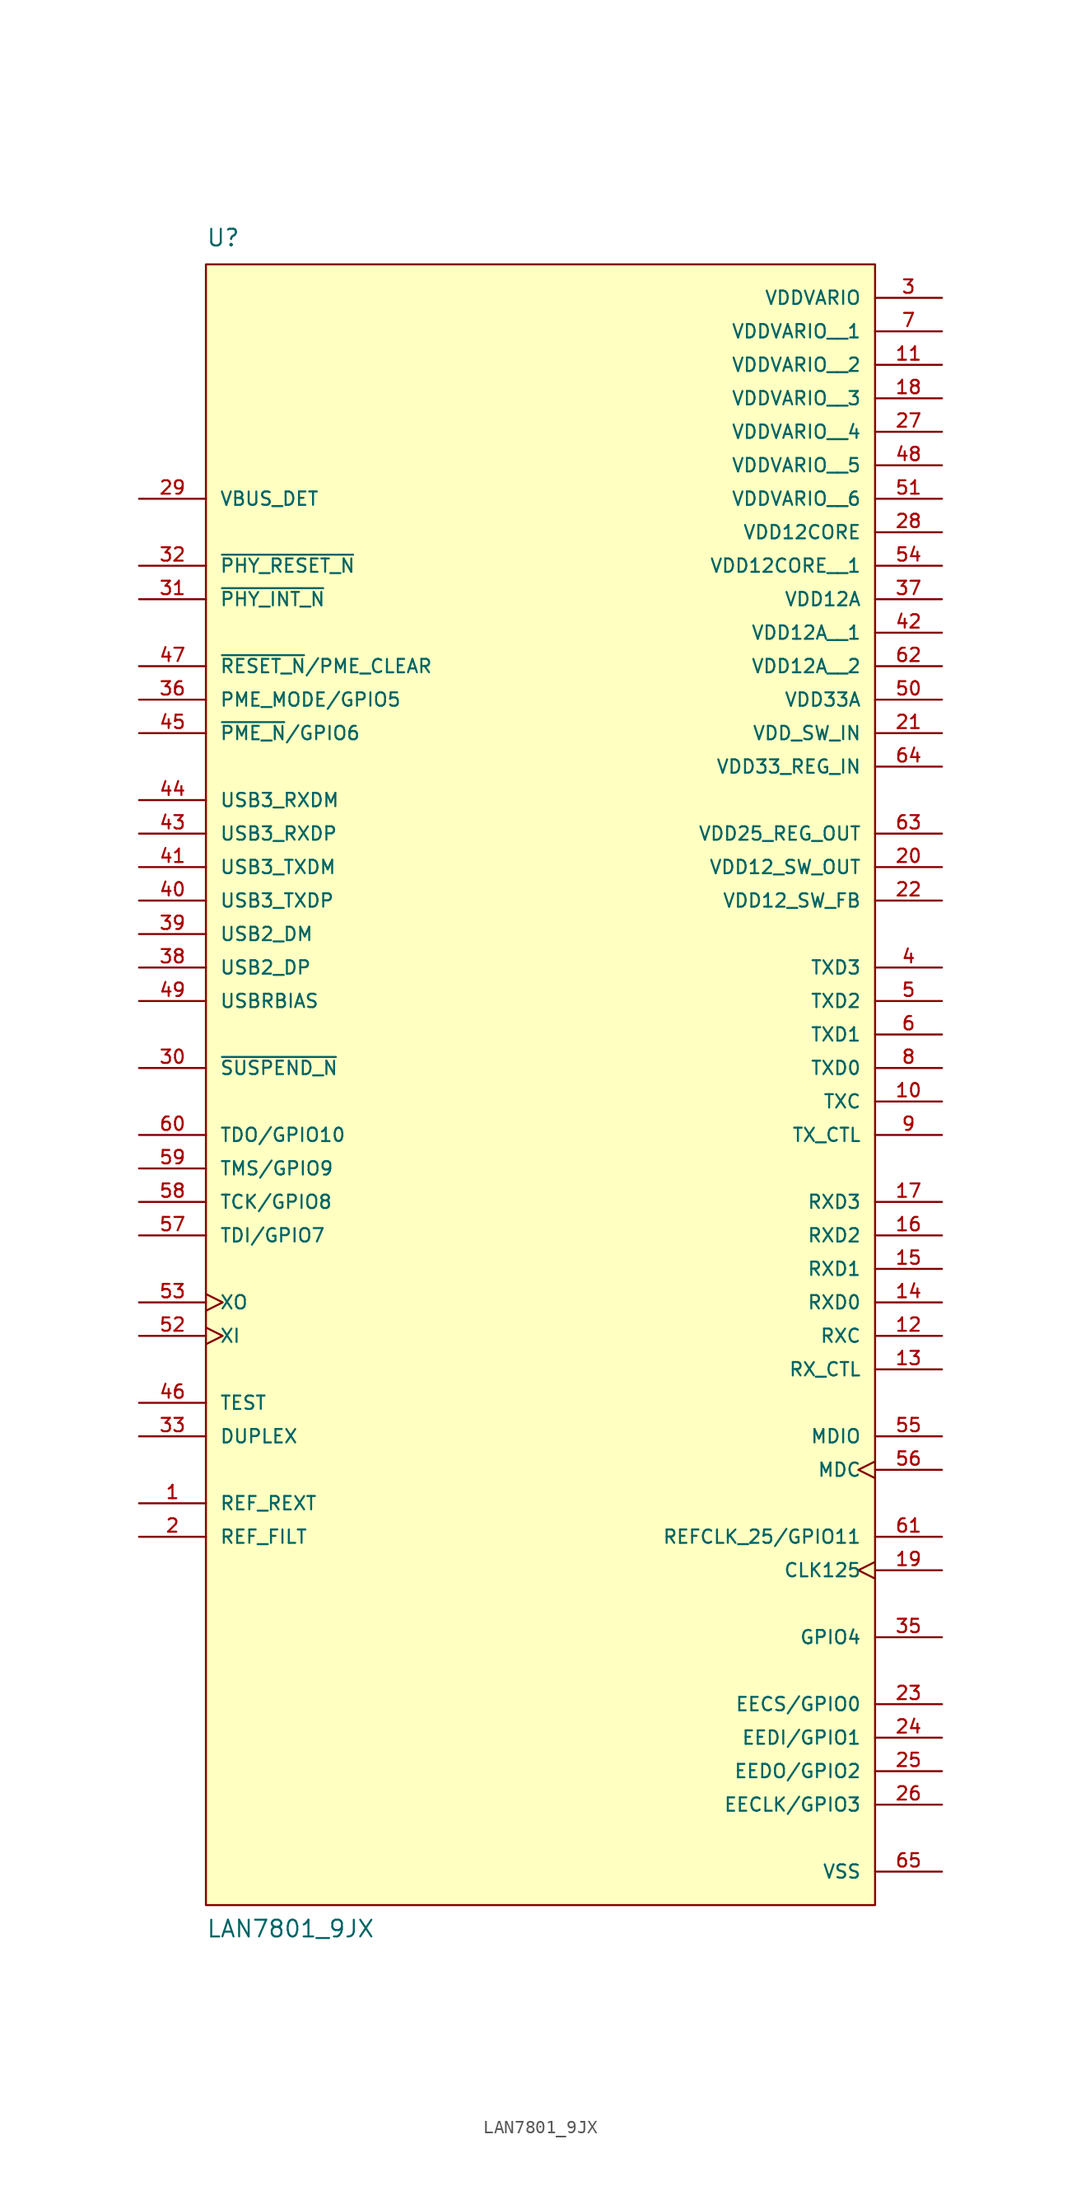
<source format=kicad_sym>
(kicad_symbol_lib
  (version 20211014)
  (generator kicad_symbol_editor)
  (symbol "LAN7801_9JX"
    (pin_names
      (offset 1.016))
    (property "Reference" "U"
      (at -25.4 52.07 0)
      (effects (font (size 1.27 1.27)) (justify bottom left)))
    (property "Value" "LAN7801_9JX"
      (at -25.4 -76.2 0)
      (effects (font (size 1.27 1.27)) (justify bottom left)))
    (symbol "LAN7801_9JX_0_0"
      (rectangle (start -25.4 -73.66) (end 25.4 50.8) (stroke (width 0.152)) (fill (type background)))
      (pin input line (at -30.48 -43.18 0) (length 5.08) (name "REF_REXT" (effects (font (size 1.016 1.016)))) (number "1" (effects (font (size 1.016 1.016)))))
      (pin input line (at -30.48 -45.72 0) (length 5.08) (name "REF_FILT" (effects (font (size 1.016 1.016)))) (number "2" (effects (font (size 1.016 1.016)))))
      (pin power_in line (at 30.48 48.26 180.0) (length 5.08) (name "VDDVARIO" (effects (font (size 1.016 1.016)))) (number "3" (effects (font (size 1.016 1.016)))))
      (pin bidirectional line (at 30.48 -2.54 180.0) (length 5.08) (name "TXD3" (effects (font (size 1.016 1.016)))) (number "4" (effects (font (size 1.016 1.016)))))
      (pin bidirectional line (at 30.48 -5.08 180.0) (length 5.08) (name "TXD2" (effects (font (size 1.016 1.016)))) (number "5" (effects (font (size 1.016 1.016)))))
      (pin bidirectional line (at 30.48 -7.62 180.0) (length 5.08) (name "TXD1" (effects (font (size 1.016 1.016)))) (number "6" (effects (font (size 1.016 1.016)))))
      (pin bidirectional line (at 30.48 -10.16 180.0) (length 5.08) (name "TXD0" (effects (font (size 1.016 1.016)))) (number "8" (effects (font (size 1.016 1.016)))))
      (pin bidirectional line (at 30.48 -15.24 180.0) (length 5.08) (name "TX_CTL" (effects (font (size 1.016 1.016)))) (number "9" (effects (font (size 1.016 1.016)))))
      (pin bidirectional line (at 30.48 -12.7 180.0) (length 5.08) (name "TXC" (effects (font (size 1.016 1.016)))) (number "10" (effects (font (size 1.016 1.016)))))
      (pin bidirectional line (at 30.48 -30.48 180.0) (length 5.08) (name "RXC" (effects (font (size 1.016 1.016)))) (number "12" (effects (font (size 1.016 1.016)))))
      (pin bidirectional line (at 30.48 -33.02 180.0) (length 5.08) (name "RX_CTL" (effects (font (size 1.016 1.016)))) (number "13" (effects (font (size 1.016 1.016)))))
      (pin bidirectional line (at 30.48 -27.94 180.0) (length 5.08) (name "RXD0" (effects (font (size 1.016 1.016)))) (number "14" (effects (font (size 1.016 1.016)))))
      (pin bidirectional line (at 30.48 -25.4 180.0) (length 5.08) (name "RXD1" (effects (font (size 1.016 1.016)))) (number "15" (effects (font (size 1.016 1.016)))))
      (pin bidirectional line (at 30.48 -22.86 180.0) (length 5.08) (name "RXD2" (effects (font (size 1.016 1.016)))) (number "16" (effects (font (size 1.016 1.016)))))
      (pin bidirectional line (at 30.48 -20.32 180.0) (length 5.08) (name "RXD3" (effects (font (size 1.016 1.016)))) (number "17" (effects (font (size 1.016 1.016)))))
      (pin input clock (at 30.48 -48.26 180.0) (length 5.08) (name "CLK125" (effects (font (size 1.016 1.016)))) (number "19" (effects (font (size 1.016 1.016)))))
      (pin output line (at 30.48 5.08 180.0) (length 5.08) (name "VDD12_SW_OUT" (effects (font (size 1.016 1.016)))) (number "20" (effects (font (size 1.016 1.016)))))
      (pin power_in line (at 30.48 15.24 180.0) (length 5.08) (name "VDD_SW_IN" (effects (font (size 1.016 1.016)))) (number "21" (effects (font (size 1.016 1.016)))))
      (pin input line (at 30.48 2.54 180.0) (length 5.08) (name "VDD12_SW_FB" (effects (font (size 1.016 1.016)))) (number "22" (effects (font (size 1.016 1.016)))))
      (pin bidirectional line (at 30.48 -58.42 180.0) (length 5.08) (name "EECS/GPIO0" (effects (font (size 1.016 1.016)))) (number "23" (effects (font (size 1.016 1.016)))))
      (pin bidirectional line (at 30.48 -60.96 180.0) (length 5.08) (name "EEDI/GPIO1" (effects (font (size 1.016 1.016)))) (number "24" (effects (font (size 1.016 1.016)))))
      (pin bidirectional line (at 30.48 -63.5 180.0) (length 5.08) (name "EEDO/GPIO2" (effects (font (size 1.016 1.016)))) (number "25" (effects (font (size 1.016 1.016)))))
      (pin bidirectional line (at 30.48 -66.04 180.0) (length 5.08) (name "EECLK/GPIO3" (effects (font (size 1.016 1.016)))) (number "26" (effects (font (size 1.016 1.016)))))
      (pin power_in line (at 30.48 30.48 180.0) (length 5.08) (name "VDD12CORE" (effects (font (size 1.016 1.016)))) (number "28" (effects (font (size 1.016 1.016)))))
      (pin input line (at -30.48 33.02 0) (length 5.08) (name "VBUS_DET" (effects (font (size 1.016 1.016)))) (number "29" (effects (font (size 1.016 1.016)))))
      (pin output line (at -30.48 -10.16 0) (length 5.08) (name "~{SUSPEND_N}" (effects (font (size 1.016 1.016)))) (number "30" (effects (font (size 1.016 1.016)))))
      (pin input line (at -30.48 25.4 0) (length 5.08) (name "~{PHY_INT_N}" (effects (font (size 1.016 1.016)))) (number "31" (effects (font (size 1.016 1.016)))))
      (pin output line (at -30.48 27.94 0) (length 5.08) (name "~{PHY_RESET_N}" (effects (font (size 1.016 1.016)))) (number "32" (effects (font (size 1.016 1.016)))))
      (pin input line (at -30.48 -38.1 0) (length 5.08) (name "DUPLEX" (effects (font (size 1.016 1.016)))) (number "33" (effects (font (size 1.016 1.016)))))
      (pin bidirectional line (at 30.48 -53.34 180.0) (length 5.08) (name "GPIO4" (effects (font (size 1.016 1.016)))) (number "35" (effects (font (size 1.016 1.016)))))
      (pin bidirectional line (at -30.48 17.78 0) (length 5.08) (name "PME_MODE/GPIO5" (effects (font (size 1.016 1.016)))) (number "36" (effects (font (size 1.016 1.016)))))
      (pin power_in line (at 30.48 25.4 180.0) (length 5.08) (name "VDD12A" (effects (font (size 1.016 1.016)))) (number "37" (effects (font (size 1.016 1.016)))))
      (pin bidirectional line (at -30.48 -2.54 0) (length 5.08) (name "USB2_DP" (effects (font (size 1.016 1.016)))) (number "38" (effects (font (size 1.016 1.016)))))
      (pin bidirectional line (at -30.48 0.0 0) (length 5.08) (name "USB2_DM" (effects (font (size 1.016 1.016)))) (number "39" (effects (font (size 1.016 1.016)))))
      (pin bidirectional line (at -30.48 2.54 0) (length 5.08) (name "USB3_TXDP" (effects (font (size 1.016 1.016)))) (number "40" (effects (font (size 1.016 1.016)))))
      (pin bidirectional line (at -30.48 5.08 0) (length 5.08) (name "USB3_TXDM" (effects (font (size 1.016 1.016)))) (number "41" (effects (font (size 1.016 1.016)))))
      (pin bidirectional line (at -30.48 7.62 0) (length 5.08) (name "USB3_RXDP" (effects (font (size 1.016 1.016)))) (number "43" (effects (font (size 1.016 1.016)))))
      (pin bidirectional line (at -30.48 10.16 0) (length 5.08) (name "USB3_RXDM" (effects (font (size 1.016 1.016)))) (number "44" (effects (font (size 1.016 1.016)))))
      (pin bidirectional line (at -30.48 15.24 0) (length 5.08) (name "~{PME_N}/GPIO6" (effects (font (size 1.016 1.016)))) (number "45" (effects (font (size 1.016 1.016)))))
      (pin input line (at -30.48 -35.56 0) (length 5.08) (name "TEST" (effects (font (size 1.016 1.016)))) (number "46" (effects (font (size 1.016 1.016)))))
      (pin input line (at -30.48 20.32 0) (length 5.08) (name "~{RESET_N}/PME_CLEAR" (effects (font (size 1.016 1.016)))) (number "47" (effects (font (size 1.016 1.016)))))
      (pin input line (at -30.48 -5.08 0) (length 5.08) (name "USBRBIAS" (effects (font (size 1.016 1.016)))) (number "49" (effects (font (size 1.016 1.016)))))
      (pin power_in line (at 30.48 17.78 180.0) (length 5.08) (name "VDD33A" (effects (font (size 1.016 1.016)))) (number "50" (effects (font (size 1.016 1.016)))))
      (pin input clock (at -30.48 -30.48 0) (length 5.08) (name "XI" (effects (font (size 1.016 1.016)))) (number "52" (effects (font (size 1.016 1.016)))))
      (pin output clock (at -30.48 -27.94 0) (length 5.08) (name "XO" (effects (font (size 1.016 1.016)))) (number "53" (effects (font (size 1.016 1.016)))))
      (pin bidirectional line (at 30.48 -38.1 180.0) (length 5.08) (name "MDIO" (effects (font (size 1.016 1.016)))) (number "55" (effects (font (size 1.016 1.016)))))
      (pin output clock (at 30.48 -40.64 180.0) (length 5.08) (name "MDC" (effects (font (size 1.016 1.016)))) (number "56" (effects (font (size 1.016 1.016)))))
      (pin bidirectional line (at -30.48 -22.86 0) (length 5.08) (name "TDI/GPIO7" (effects (font (size 1.016 1.016)))) (number "57" (effects (font (size 1.016 1.016)))))
      (pin bidirectional line (at -30.48 -20.32 0) (length 5.08) (name "TCK/GPIO8" (effects (font (size 1.016 1.016)))) (number "58" (effects (font (size 1.016 1.016)))))
      (pin bidirectional line (at -30.48 -17.78 0) (length 5.08) (name "TMS/GPIO9" (effects (font (size 1.016 1.016)))) (number "59" (effects (font (size 1.016 1.016)))))
      (pin bidirectional line (at -30.48 -15.24 0) (length 5.08) (name "TDO/GPIO10" (effects (font (size 1.016 1.016)))) (number "60" (effects (font (size 1.016 1.016)))))
      (pin bidirectional line (at 30.48 -45.72 180.0) (length 5.08) (name "REFCLK_25/GPIO11" (effects (font (size 1.016 1.016)))) (number "61" (effects (font (size 1.016 1.016)))))
      (pin output line (at 30.48 7.62 180.0) (length 5.08) (name "VDD25_REG_OUT" (effects (font (size 1.016 1.016)))) (number "63" (effects (font (size 1.016 1.016)))))
      (pin power_in line (at 30.48 12.7 180.0) (length 5.08) (name "VDD33_REG_IN" (effects (font (size 1.016 1.016)))) (number "64" (effects (font (size 1.016 1.016)))))
      (pin power_in line (at 30.48 -71.12 180.0) (length 5.08) (name "VSS" (effects (font (size 1.016 1.016)))) (number "65" (effects (font (size 1.016 1.016)))))
      (pin power_in line (at 30.48 45.72 180.0) (length 5.08) (name "VDDVARIO__1" (effects (font (size 1.016 1.016)))) (number "7" (effects (font (size 1.016 1.016)))))
      (pin power_in line (at 30.48 43.18 180.0) (length 5.08) (name "VDDVARIO__2" (effects (font (size 1.016 1.016)))) (number "11" (effects (font (size 1.016 1.016)))))
      (pin power_in line (at 30.48 40.64 180.0) (length 5.08) (name "VDDVARIO__3" (effects (font (size 1.016 1.016)))) (number "18" (effects (font (size 1.016 1.016)))))
      (pin power_in line (at 30.48 38.1 180.0) (length 5.08) (name "VDDVARIO__4" (effects (font (size 1.016 1.016)))) (number "27" (effects (font (size 1.016 1.016)))))
      (pin power_in line (at 30.48 35.56 180.0) (length 5.08) (name "VDDVARIO__5" (effects (font (size 1.016 1.016)))) (number "48" (effects (font (size 1.016 1.016)))))
      (pin power_in line (at 30.48 33.02 180.0) (length 5.08) (name "VDDVARIO__6" (effects (font (size 1.016 1.016)))) (number "51" (effects (font (size 1.016 1.016)))))
      (pin power_in line (at 30.48 27.94 180.0) (length 5.08) (name "VDD12CORE__1" (effects (font (size 1.016 1.016)))) (number "54" (effects (font (size 1.016 1.016)))))
      (pin power_in line (at 30.48 22.86 180.0) (length 5.08) (name "VDD12A__1" (effects (font (size 1.016 1.016)))) (number "42" (effects (font (size 1.016 1.016)))))
      (pin power_in line (at 30.48 20.32 180.0) (length 5.08) (name "VDD12A__2" (effects (font (size 1.016 1.016)))) (number "62" (effects (font (size 1.016 1.016))))))))
</source>
